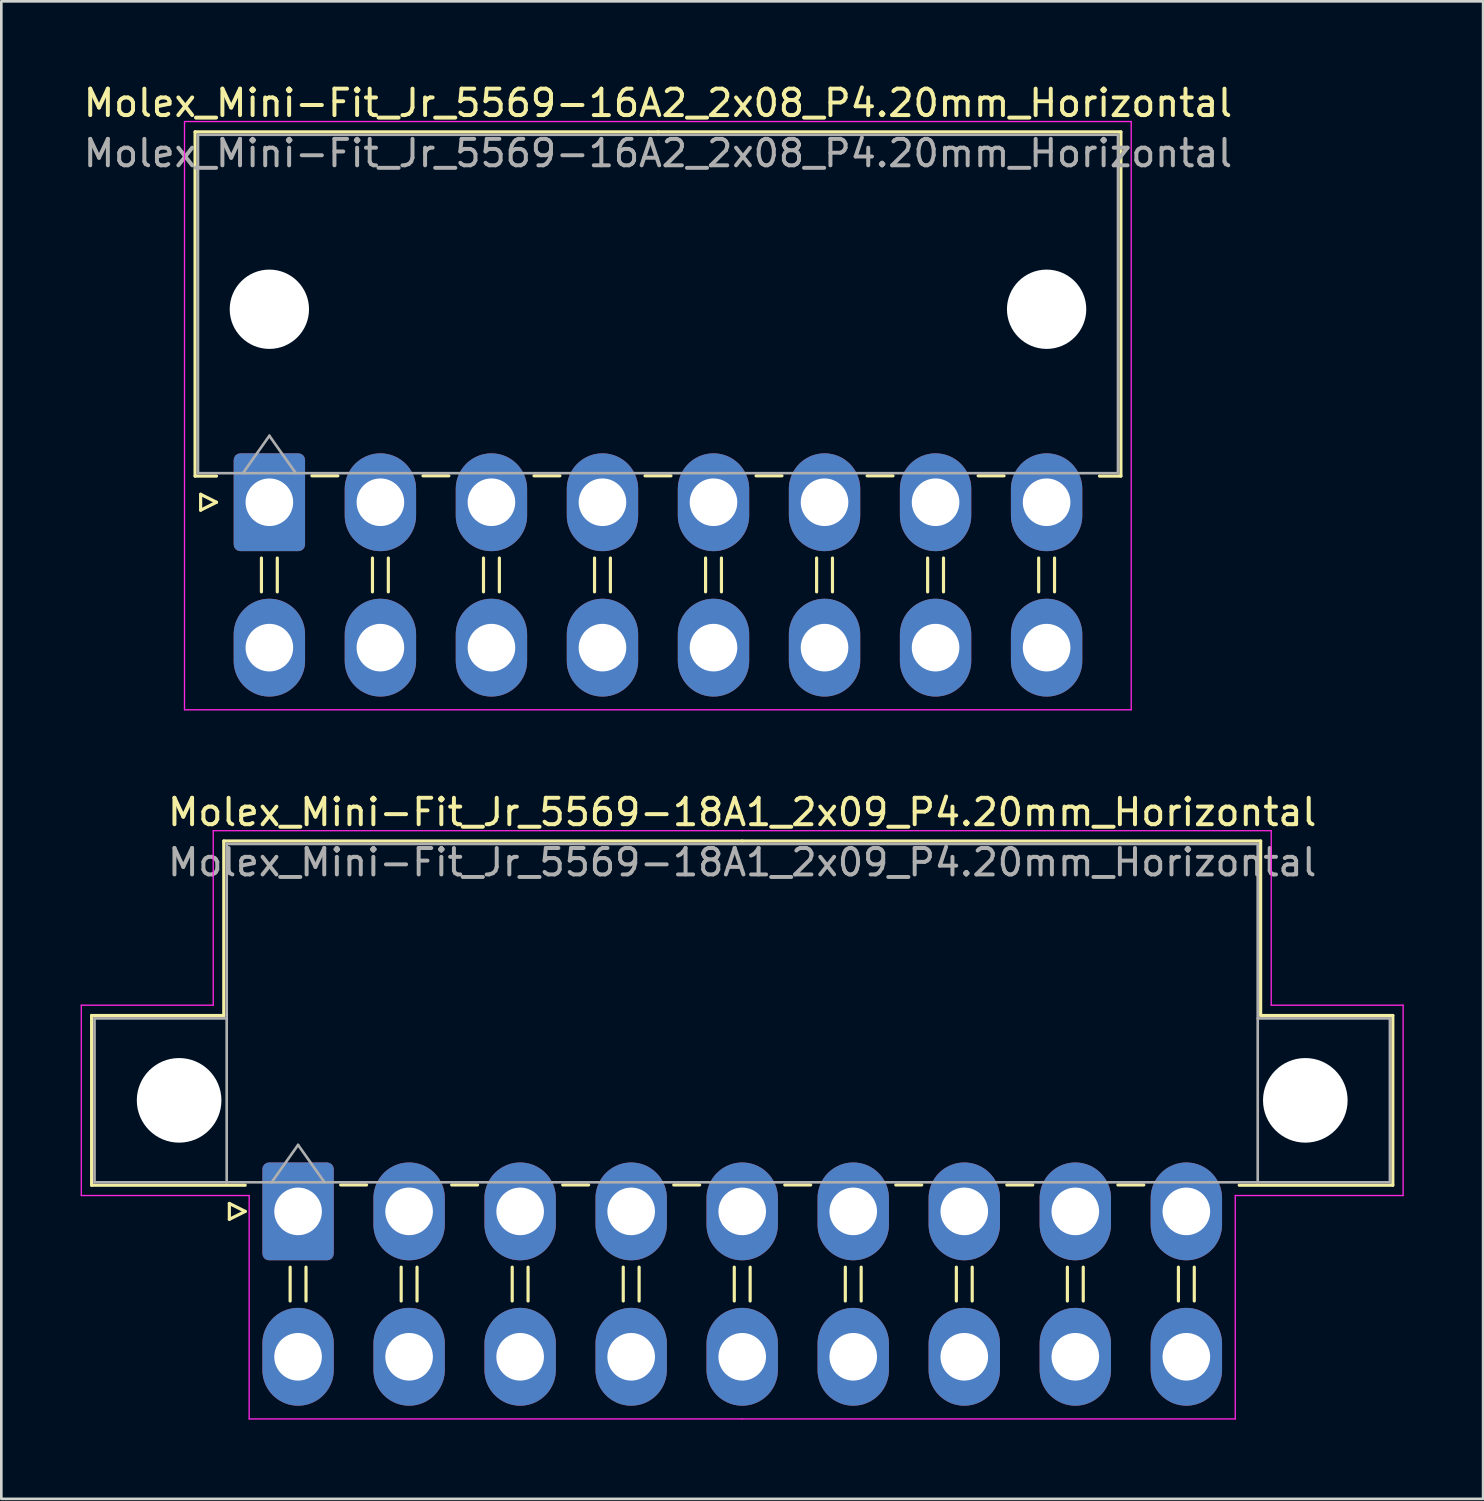
<source format=kicad_pcb>
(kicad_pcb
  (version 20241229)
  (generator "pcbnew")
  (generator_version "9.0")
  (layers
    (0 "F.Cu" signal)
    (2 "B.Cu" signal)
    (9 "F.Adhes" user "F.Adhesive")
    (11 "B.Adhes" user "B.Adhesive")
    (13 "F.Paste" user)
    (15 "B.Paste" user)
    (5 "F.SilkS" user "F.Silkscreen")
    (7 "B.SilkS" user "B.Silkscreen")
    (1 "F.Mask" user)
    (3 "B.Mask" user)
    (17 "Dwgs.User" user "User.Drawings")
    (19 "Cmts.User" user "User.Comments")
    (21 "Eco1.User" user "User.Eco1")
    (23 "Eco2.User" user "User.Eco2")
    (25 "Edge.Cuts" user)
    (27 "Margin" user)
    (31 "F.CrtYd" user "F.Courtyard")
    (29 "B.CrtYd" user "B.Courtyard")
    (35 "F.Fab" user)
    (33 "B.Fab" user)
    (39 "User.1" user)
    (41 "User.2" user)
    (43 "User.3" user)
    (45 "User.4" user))
  (footprint "Molex_Mini-Fit_Jr_5569-18A1_2x09_P4.20mm_Horizontal"
    (layer "F.Cu")
    (at 8.225 42.772)
    (property "Reference" "Molex_Mini-Fit_Jr_5569-18A1_2x09_P4.20mm_Horizontal" (at 16.8 -15.1 0) (layer "F.SilkS") (effects (font (size 1 1) (thickness 0.15))))
    (attr through_hole)
    (fp_line (start -7.81 -7.41) (end -7.81 -0.99) (stroke (width 0.12) (type solid)) (layer "F.SilkS"))
    (fp_line (start -7.81 -0.99) (end -2 -0.99) (stroke (width 0.12) (type solid)) (layer "F.SilkS"))
    (fp_line (start -2.81 -14.01) (end -2.81 -7.41) (stroke (width 0.12) (type solid)) (layer "F.SilkS"))
    (fp_line (start -2.81 -7.41) (end -7.81 -7.41) (stroke (width 0.12) (type solid)) (layer "F.SilkS"))
    (fp_line (start -2.6 -0.3) (end -2 0) (stroke (width 0.12) (type solid)) (layer "F.SilkS"))
    (fp_line (start -2.6 0.3) (end -2.6 -0.3) (stroke (width 0.12) (type solid)) (layer "F.SilkS"))
    (fp_line (start -2 0) (end -2.6 0.3) (stroke (width 0.12) (type solid)) (layer "F.SilkS"))
    (fp_line (start -0.3 2.11) (end -0.3 3.39) (stroke (width 0.12) (type solid)) (layer "F.SilkS"))
    (fp_line (start 0.3 2.11) (end 0.3 3.39) (stroke (width 0.12) (type solid)) (layer "F.SilkS"))
    (fp_line (start 1.61 -1) (end 2.59 -1) (stroke (width 0.12) (type solid)) (layer "F.SilkS"))
    (fp_line (start 3.9 2.11) (end 3.9 3.39) (stroke (width 0.12) (type solid)) (layer "F.SilkS"))
    (fp_line (start 4.5 2.11) (end 4.5 3.39) (stroke (width 0.12) (type solid)) (layer "F.SilkS"))
    (fp_line (start 5.81 -1) (end 6.79 -1) (stroke (width 0.12) (type solid)) (layer "F.SilkS"))
    (fp_line (start 8.1 2.11) (end 8.1 3.39) (stroke (width 0.12) (type solid)) (layer "F.SilkS"))
    (fp_line (start 8.7 2.11) (end 8.7 3.39) (stroke (width 0.12) (type solid)) (layer "F.SilkS"))
    (fp_line (start 10.01 -1) (end 10.99 -1) (stroke (width 0.12) (type solid)) (layer "F.SilkS"))
    (fp_line (start 12.3 2.11) (end 12.3 3.39) (stroke (width 0.12) (type solid)) (layer "F.SilkS"))
    (fp_line (start 12.9 2.11) (end 12.9 3.39) (stroke (width 0.12) (type solid)) (layer "F.SilkS"))
    (fp_line (start 14.21 -1) (end 15.19 -1) (stroke (width 0.12) (type solid)) (layer "F.SilkS"))
    (fp_line (start 16.5 2.11) (end 16.5 3.39) (stroke (width 0.12) (type solid)) (layer "F.SilkS"))
    (fp_line (start 16.8 -14.01) (end -2.81 -14.01) (stroke (width 0.12) (type solid)) (layer "F.SilkS"))
    (fp_line (start 16.8 -14.01) (end 36.41 -14.01) (stroke (width 0.12) (type solid)) (layer "F.SilkS"))
    (fp_line (start 17.1 2.11) (end 17.1 3.39) (stroke (width 0.12) (type solid)) (layer "F.SilkS"))
    (fp_line (start 18.41 -1) (end 19.39 -1) (stroke (width 0.12) (type solid)) (layer "F.SilkS"))
    (fp_line (start 20.7 2.11) (end 20.7 3.39) (stroke (width 0.12) (type solid)) (layer "F.SilkS"))
    (fp_line (start 21.3 2.11) (end 21.3 3.39) (stroke (width 0.12) (type solid)) (layer "F.SilkS"))
    (fp_line (start 22.61 -1) (end 23.59 -1) (stroke (width 0.12) (type solid)) (layer "F.SilkS"))
    (fp_line (start 24.9 2.11) (end 24.9 3.39) (stroke (width 0.12) (type solid)) (layer "F.SilkS"))
    (fp_line (start 25.5 2.11) (end 25.5 3.39) (stroke (width 0.12) (type solid)) (layer "F.SilkS"))
    (fp_line (start 26.81 -1) (end 27.79 -1) (stroke (width 0.12) (type solid)) (layer "F.SilkS"))
    (fp_line (start 29.1 2.11) (end 29.1 3.39) (stroke (width 0.12) (type solid)) (layer "F.SilkS"))
    (fp_line (start 29.7 2.11) (end 29.7 3.39) (stroke (width 0.12) (type solid)) (layer "F.SilkS"))
    (fp_line (start 31.01 -1) (end 31.99 -1) (stroke (width 0.12) (type solid)) (layer "F.SilkS"))
    (fp_line (start 33.3 2.11) (end 33.3 3.39) (stroke (width 0.12) (type solid)) (layer "F.SilkS"))
    (fp_line (start 33.9 2.11) (end 33.9 3.39) (stroke (width 0.12) (type solid)) (layer "F.SilkS"))
    (fp_line (start 36.41 -14.01) (end 36.41 -7.41) (stroke (width 0.12) (type solid)) (layer "F.SilkS"))
    (fp_line (start 36.41 -7.41) (end 41.41 -7.41) (stroke (width 0.12) (type solid)) (layer "F.SilkS"))
    (fp_line (start 41.41 -7.41) (end 41.41 -0.99) (stroke (width 0.12) (type solid)) (layer "F.SilkS"))
    (fp_line (start 41.41 -0.99) (end 35.6 -0.99) (stroke (width 0.12) (type solid)) (layer "F.SilkS"))
    (fp_line (start -8.2 -7.8) (end -8.2 -0.6) (stroke (width 0.05) (type solid)) (layer "F.CrtYd"))
    (fp_line (start -8.2 -0.6) (end -1.85 -0.6) (stroke (width 0.05) (type solid)) (layer "F.CrtYd"))
    (fp_line (start -3.21 -14.4) (end -3.21 -7.8) (stroke (width 0.05) (type solid)) (layer "F.CrtYd"))
    (fp_line (start -3.21 -7.8) (end -8.2 -7.8) (stroke (width 0.05) (type solid)) (layer "F.CrtYd"))
    (fp_line (start -1.85 -0.6) (end -1.85 7.85) (stroke (width 0.05) (type solid)) (layer "F.CrtYd"))
    (fp_line (start -1.85 7.85) (end 16.8 7.85) (stroke (width 0.05) (type solid)) (layer "F.CrtYd"))
    (fp_line (start 16.8 -14.4) (end -3.21 -14.4) (stroke (width 0.05) (type solid)) (layer "F.CrtYd"))
    (fp_line (start 16.8 -14.4) (end 36.81 -14.4) (stroke (width 0.05) (type solid)) (layer "F.CrtYd"))
    (fp_line (start 35.45 -0.6) (end 35.45 7.85) (stroke (width 0.05) (type solid)) (layer "F.CrtYd"))
    (fp_line (start 35.45 7.85) (end 16.8 7.85) (stroke (width 0.05) (type solid)) (layer "F.CrtYd"))
    (fp_line (start 36.81 -14.4) (end 36.81 -7.8) (stroke (width 0.05) (type solid)) (layer "F.CrtYd"))
    (fp_line (start 36.81 -7.8) (end 41.8 -7.8) (stroke (width 0.05) (type solid)) (layer "F.CrtYd"))
    (fp_line (start 41.8 -7.8) (end 41.8 -0.6) (stroke (width 0.05) (type solid)) (layer "F.CrtYd"))
    (fp_line (start 41.8 -0.6) (end 35.45 -0.6) (stroke (width 0.05) (type solid)) (layer "F.CrtYd"))
    (fp_line (start -7.7 -7.3) (end -7.7 -1.1) (stroke (width 0.1) (type solid)) (layer "F.Fab"))
    (fp_line (start -7.7 -1.1) (end -2.7 -1.1) (stroke (width 0.1) (type solid)) (layer "F.Fab"))
    (fp_line (start -2.7 -13.9) (end -2.7 -1.1) (stroke (width 0.1) (type solid)) (layer "F.Fab"))
    (fp_line (start -2.7 -7.3) (end -7.7 -7.3) (stroke (width 0.1) (type solid)) (layer "F.Fab"))
    (fp_line (start -2.7 -1.1) (end 36.3 -1.1) (stroke (width 0.1) (type solid)) (layer "F.Fab"))
    (fp_line (start -1 -1.1) (end 0 -2.514) (stroke (width 0.1) (type solid)) (layer "F.Fab"))
    (fp_line (start 0 -2.514) (end 1 -1.1) (stroke (width 0.1) (type solid)) (layer "F.Fab"))
    (fp_line (start 36.3 -13.9) (end -2.7 -13.9) (stroke (width 0.1) (type solid)) (layer "F.Fab"))
    (fp_line (start 36.3 -7.3) (end 41.3 -7.3) (stroke (width 0.1) (type solid)) (layer "F.Fab"))
    (fp_line (start 36.3 -1.1) (end 36.3 -13.9) (stroke (width 0.1) (type solid)) (layer "F.Fab"))
    (fp_line (start 41.3 -7.3) (end 41.3 -1.1) (stroke (width 0.1) (type solid)) (layer "F.Fab"))
    (fp_line (start 41.3 -1.1) (end 36.3 -1.1) (stroke (width 0.1) (type solid)) (layer "F.Fab"))
    (fp_text user "${REFERENCE}" (at 16.8 -13.2 0) (layer "F.Fab") (effects (font (size 1 1) (thickness 0.15))))
    (pad "" np_thru_hole circle (at -4.5 -4.2) (size 3.2 3.2) (drill 3.2) (layers "*.Cu" "*.Mask"))
    (pad "" np_thru_hole circle (at 38.1 -4.2) (size 3.2 3.2) (drill 3.2) (layers "*.Cu" "*.Mask"))
    (pad "1" thru_hole roundrect (at 0 0) (size 2.7 3.7) (drill 1.8) (layers "*.Cu" "*.Mask") (roundrect_rratio 0.093))
    (pad "2" thru_hole oval (at 4.2 0) (size 2.7 3.7) (drill 1.8) (layers "*.Cu" "*.Mask"))
    (pad "3" thru_hole oval (at 8.4 0) (size 2.7 3.7) (drill 1.8) (layers "*.Cu" "*.Mask"))
    (pad "4" thru_hole oval (at 12.6 0) (size 2.7 3.7) (drill 1.8) (layers "*.Cu" "*.Mask"))
    (pad "5" thru_hole oval (at 16.8 0) (size 2.7 3.7) (drill 1.8) (layers "*.Cu" "*.Mask"))
    (pad "6" thru_hole oval (at 21 0) (size 2.7 3.7) (drill 1.8) (layers "*.Cu" "*.Mask"))
    (pad "7" thru_hole oval (at 25.2 0) (size 2.7 3.7) (drill 1.8) (layers "*.Cu" "*.Mask"))
    (pad "8" thru_hole oval (at 29.4 0) (size 2.7 3.7) (drill 1.8) (layers "*.Cu" "*.Mask"))
    (pad "9" thru_hole oval (at 33.6 0) (size 2.7 3.7) (drill 1.8) (layers "*.Cu" "*.Mask"))
    (pad "10" thru_hole oval (at 0 5.5) (size 2.7 3.7) (drill 1.8) (layers "*.Cu" "*.Mask"))
    (pad "11" thru_hole oval (at 4.2 5.5) (size 2.7 3.7) (drill 1.8) (layers "*.Cu" "*.Mask"))
    (pad "12" thru_hole oval (at 8.4 5.5) (size 2.7 3.7) (drill 1.8) (layers "*.Cu" "*.Mask"))
    (pad "13" thru_hole oval (at 12.6 5.5) (size 2.7 3.7) (drill 1.8) (layers "*.Cu" "*.Mask"))
    (pad "14" thru_hole oval (at 16.8 5.5) (size 2.7 3.7) (drill 1.8) (layers "*.Cu" "*.Mask"))
    (pad "15" thru_hole oval (at 21 5.5) (size 2.7 3.7) (drill 1.8) (layers "*.Cu" "*.Mask"))
    (pad "16" thru_hole oval (at 25.2 5.5) (size 2.7 3.7) (drill 1.8) (layers "*.Cu" "*.Mask"))
    (pad "17" thru_hole oval (at 29.4 5.5) (size 2.7 3.7) (drill 1.8) (layers "*.Cu" "*.Mask"))
    (pad "18" thru_hole oval (at 33.6 5.5) (size 2.7 3.7) (drill 1.8) (layers "*.Cu" "*.Mask")))
  (footprint "Molex_Mini-Fit_Jr_5569-16A2_2x08_P4.20mm_Horizontal"
    (layer "F.Cu")
    (at 7.139 15.948)
    (property "Reference" "Molex_Mini-Fit_Jr_5569-16A2_2x08_P4.20mm_Horizontal" (at 14.7 -15.1 0) (layer "F.SilkS") (effects (font (size 1 1) (thickness 0.15))))
    (attr through_hole)
    (fp_line (start -2.81 -14.01) (end 14.7 -14.01) (stroke (width 0.12) (type solid)) (layer "F.SilkS"))
    (fp_line (start -2.81 -0.99) (end -2.81 -14.01) (stroke (width 0.12) (type solid)) (layer "F.SilkS"))
    (fp_line (start -2.6 -0.3) (end -2 0) (stroke (width 0.12) (type solid)) (layer "F.SilkS"))
    (fp_line (start -2.6 0.3) (end -2.6 -0.3) (stroke (width 0.12) (type solid)) (layer "F.SilkS"))
    (fp_line (start -2 -0.99) (end -2.81 -0.99) (stroke (width 0.12) (type solid)) (layer "F.SilkS"))
    (fp_line (start -2 0) (end -2.6 0.3) (stroke (width 0.12) (type solid)) (layer "F.SilkS"))
    (fp_line (start -0.3 2.11) (end -0.3 3.39) (stroke (width 0.12) (type solid)) (layer "F.SilkS"))
    (fp_line (start 0.3 2.11) (end 0.3 3.39) (stroke (width 0.12) (type solid)) (layer "F.SilkS"))
    (fp_line (start 1.61 -1) (end 2.59 -1) (stroke (width 0.12) (type solid)) (layer "F.SilkS"))
    (fp_line (start 3.9 2.11) (end 3.9 3.39) (stroke (width 0.12) (type solid)) (layer "F.SilkS"))
    (fp_line (start 4.5 2.11) (end 4.5 3.39) (stroke (width 0.12) (type solid)) (layer "F.SilkS"))
    (fp_line (start 5.81 -1) (end 6.79 -1) (stroke (width 0.12) (type solid)) (layer "F.SilkS"))
    (fp_line (start 8.1 2.11) (end 8.1 3.39) (stroke (width 0.12) (type solid)) (layer "F.SilkS"))
    (fp_line (start 8.7 2.11) (end 8.7 3.39) (stroke (width 0.12) (type solid)) (layer "F.SilkS"))
    (fp_line (start 10.01 -1) (end 10.99 -1) (stroke (width 0.12) (type solid)) (layer "F.SilkS"))
    (fp_line (start 12.3 2.11) (end 12.3 3.39) (stroke (width 0.12) (type solid)) (layer "F.SilkS"))
    (fp_line (start 12.9 2.11) (end 12.9 3.39) (stroke (width 0.12) (type solid)) (layer "F.SilkS"))
    (fp_line (start 14.21 -1) (end 15.19 -1) (stroke (width 0.12) (type solid)) (layer "F.SilkS"))
    (fp_line (start 16.5 2.11) (end 16.5 3.39) (stroke (width 0.12) (type solid)) (layer "F.SilkS"))
    (fp_line (start 17.1 2.11) (end 17.1 3.39) (stroke (width 0.12) (type solid)) (layer "F.SilkS"))
    (fp_line (start 18.41 -1) (end 19.39 -1) (stroke (width 0.12) (type solid)) (layer "F.SilkS"))
    (fp_line (start 20.7 2.11) (end 20.7 3.39) (stroke (width 0.12) (type solid)) (layer "F.SilkS"))
    (fp_line (start 21.3 2.11) (end 21.3 3.39) (stroke (width 0.12) (type solid)) (layer "F.SilkS"))
    (fp_line (start 22.61 -1) (end 23.59 -1) (stroke (width 0.12) (type solid)) (layer "F.SilkS"))
    (fp_line (start 24.9 2.11) (end 24.9 3.39) (stroke (width 0.12) (type solid)) (layer "F.SilkS"))
    (fp_line (start 25.5 2.11) (end 25.5 3.39) (stroke (width 0.12) (type solid)) (layer "F.SilkS"))
    (fp_line (start 26.81 -1) (end 27.79 -1) (stroke (width 0.12) (type solid)) (layer "F.SilkS"))
    (fp_line (start 29.1 2.11) (end 29.1 3.39) (stroke (width 0.12) (type solid)) (layer "F.SilkS"))
    (fp_line (start 29.7 2.11) (end 29.7 3.39) (stroke (width 0.12) (type solid)) (layer "F.SilkS"))
    (fp_line (start 31.4 -0.99) (end 32.21 -0.99) (stroke (width 0.12) (type solid)) (layer "F.SilkS"))
    (fp_line (start 32.21 -14.01) (end 14.7 -14.01) (stroke (width 0.12) (type solid)) (layer "F.SilkS"))
    (fp_line (start 32.21 -0.99) (end 32.21 -14.01) (stroke (width 0.12) (type solid)) (layer "F.SilkS"))
    (fp_line (start -3.21 -14.4) (end -3.21 7.85) (stroke (width 0.05) (type solid)) (layer "F.CrtYd"))
    (fp_line (start -3.21 7.85) (end 32.6 7.85) (stroke (width 0.05) (type solid)) (layer "F.CrtYd"))
    (fp_line (start 32.6 -14.4) (end -3.21 -14.4) (stroke (width 0.05) (type solid)) (layer "F.CrtYd"))
    (fp_line (start 32.6 7.85) (end 32.6 -14.4) (stroke (width 0.05) (type solid)) (layer "F.CrtYd"))
    (fp_line (start -2.7 -13.9) (end -2.7 -1.1) (stroke (width 0.1) (type solid)) (layer "F.Fab"))
    (fp_line (start -2.7 -1.1) (end 32.1 -1.1) (stroke (width 0.1) (type solid)) (layer "F.Fab"))
    (fp_line (start -1 -1.1) (end 0 -2.514) (stroke (width 0.1) (type solid)) (layer "F.Fab"))
    (fp_line (start 0 -2.514) (end 1 -1.1) (stroke (width 0.1) (type solid)) (layer "F.Fab"))
    (fp_line (start 32.1 -13.9) (end -2.7 -13.9) (stroke (width 0.1) (type solid)) (layer "F.Fab"))
    (fp_line (start 32.1 -1.1) (end 32.1 -13.9) (stroke (width 0.1) (type solid)) (layer "F.Fab"))
    (fp_text user "${REFERENCE}" (at 14.7 -13.2 0) (layer "F.Fab") (effects (font (size 1 1) (thickness 0.15))))
    (pad "" np_thru_hole circle (at 0 -7.3) (size 3 3) (drill 3) (layers "*.Cu" "*.Mask"))
    (pad "" np_thru_hole circle (at 29.4 -7.3) (size 3 3) (drill 3) (layers "*.Cu" "*.Mask"))
    (pad "1" thru_hole roundrect (at 0 0) (size 2.7 3.7) (drill 1.8) (layers "*.Cu" "*.Mask") (roundrect_rratio 0.093))
    (pad "2" thru_hole oval (at 4.2 0) (size 2.7 3.7) (drill 1.8) (layers "*.Cu" "*.Mask"))
    (pad "3" thru_hole oval (at 8.4 0) (size 2.7 3.7) (drill 1.8) (layers "*.Cu" "*.Mask"))
    (pad "4" thru_hole oval (at 12.6 0) (size 2.7 3.7) (drill 1.8) (layers "*.Cu" "*.Mask"))
    (pad "5" thru_hole oval (at 16.8 0) (size 2.7 3.7) (drill 1.8) (layers "*.Cu" "*.Mask"))
    (pad "6" thru_hole oval (at 21 0) (size 2.7 3.7) (drill 1.8) (layers "*.Cu" "*.Mask"))
    (pad "7" thru_hole oval (at 25.2 0) (size 2.7 3.7) (drill 1.8) (layers "*.Cu" "*.Mask"))
    (pad "8" thru_hole oval (at 29.4 0) (size 2.7 3.7) (drill 1.8) (layers "*.Cu" "*.Mask"))
    (pad "9" thru_hole oval (at 0 5.5) (size 2.7 3.7) (drill 1.8) (layers "*.Cu" "*.Mask"))
    (pad "10" thru_hole oval (at 4.2 5.5) (size 2.7 3.7) (drill 1.8) (layers "*.Cu" "*.Mask"))
    (pad "11" thru_hole oval (at 8.4 5.5) (size 2.7 3.7) (drill 1.8) (layers "*.Cu" "*.Mask"))
    (pad "12" thru_hole oval (at 12.6 5.5) (size 2.7 3.7) (drill 1.8) (layers "*.Cu" "*.Mask"))
    (pad "13" thru_hole oval (at 16.8 5.5) (size 2.7 3.7) (drill 1.8) (layers "*.Cu" "*.Mask"))
    (pad "14" thru_hole oval (at 21 5.5) (size 2.7 3.7) (drill 1.8) (layers "*.Cu" "*.Mask"))
    (pad "15" thru_hole oval (at 25.2 5.5) (size 2.7 3.7) (drill 1.8) (layers "*.Cu" "*.Mask"))
    (pad "16" thru_hole oval (at 29.4 5.5) (size 2.7 3.7) (drill 1.8) (layers "*.Cu" "*.Mask")))
  (gr_rect
    (start -3 -3)
    (end 53.05 53.647)
    (stroke (width 0.1) (type default))
    (fill no)
    (layer "Edge.Cuts")))
</source>
